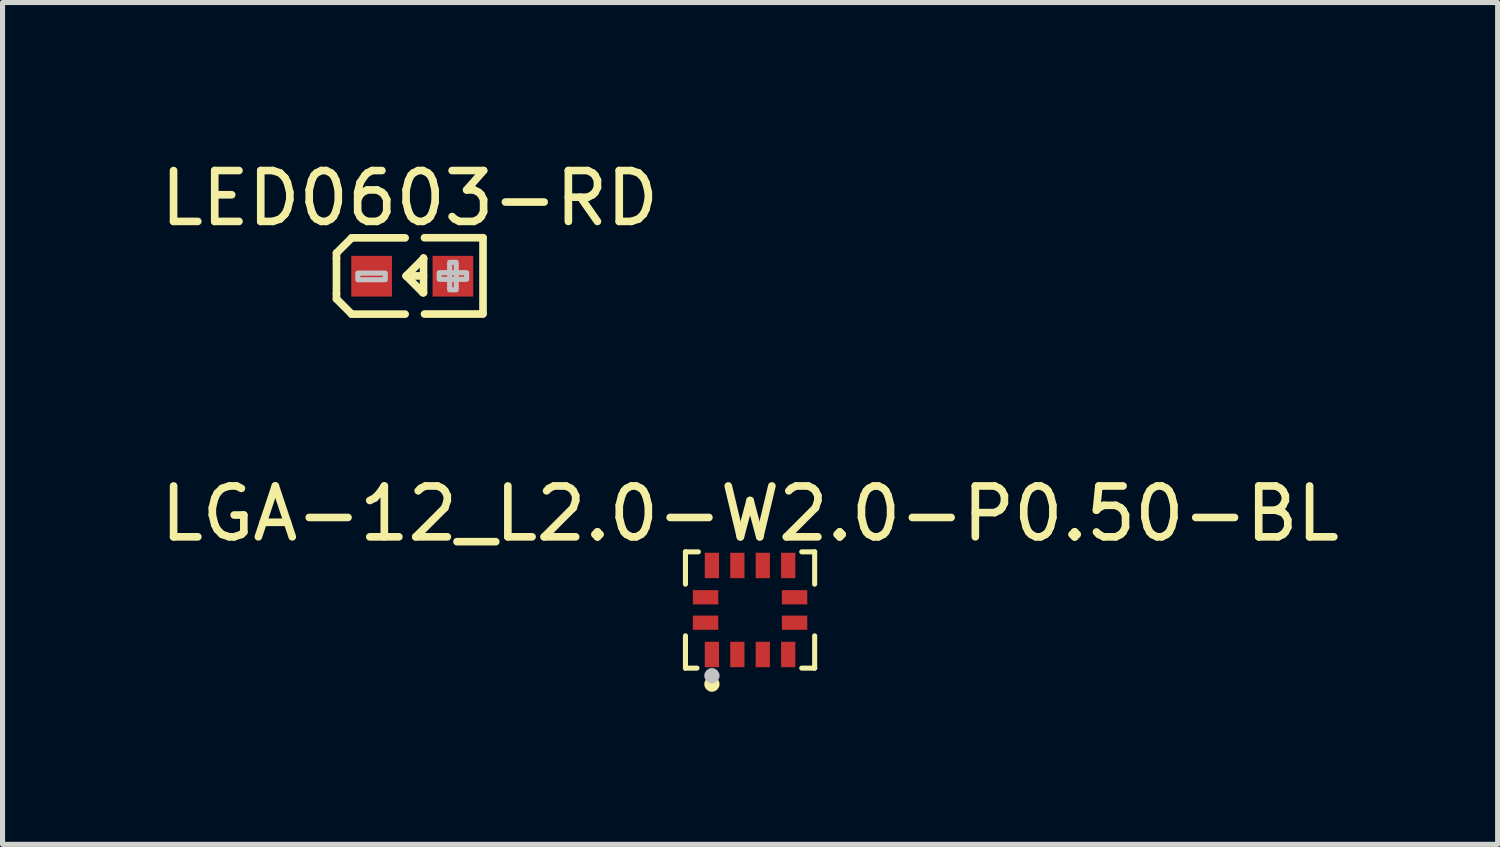
<source format=kicad_pcb>
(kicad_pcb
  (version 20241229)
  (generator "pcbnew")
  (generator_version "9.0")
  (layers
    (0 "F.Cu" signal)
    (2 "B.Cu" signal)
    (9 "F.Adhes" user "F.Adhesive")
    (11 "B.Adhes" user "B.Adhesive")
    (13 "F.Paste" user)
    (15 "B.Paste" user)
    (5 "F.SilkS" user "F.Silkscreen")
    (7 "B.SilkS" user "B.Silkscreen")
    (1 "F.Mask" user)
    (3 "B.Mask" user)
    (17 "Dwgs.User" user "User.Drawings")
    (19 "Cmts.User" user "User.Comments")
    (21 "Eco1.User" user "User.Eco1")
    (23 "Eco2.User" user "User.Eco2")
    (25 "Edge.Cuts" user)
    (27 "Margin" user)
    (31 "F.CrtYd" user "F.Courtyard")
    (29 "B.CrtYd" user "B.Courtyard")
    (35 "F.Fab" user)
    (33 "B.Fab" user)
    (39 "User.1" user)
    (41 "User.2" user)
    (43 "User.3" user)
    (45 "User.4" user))
  (footprint "LGA-12_L2.0-W2.0-P0.50-BL"
    (layer "F.Cu")
    (at 11.696 8.942)
    (property "Reference" "LGA-12_L2.0-W2.0-P0.50-BL" (at 0 -1.893 0) (layer "F.SilkS") (effects (font (size 1 1) (thickness 0.15))))
    (fp_line (start -1.27 -1.143) (end -1.27 -0.508) (stroke (width 0.1) (type default)) (layer "F.SilkS"))
    (fp_line (start -1.27 0.508) (end -1.27 1.143) (stroke (width 0.1) (type default)) (layer "F.SilkS"))
    (fp_line (start -1.27 1.143) (end -1.044 1.143) (stroke (width 0.1) (type default)) (layer "F.SilkS"))
    (fp_line (start -1.016 -1.143) (end -1.27 -1.143) (stroke (width 0.1) (type default)) (layer "F.SilkS"))
    (fp_line (start 1.016 -1.143) (end 1.27 -1.143) (stroke (width 0.1) (type default)) (layer "F.SilkS"))
    (fp_line (start 1.27 -1.143) (end 1.27 -0.508) (stroke (width 0.1) (type default)) (layer "F.SilkS"))
    (fp_line (start 1.27 0.508) (end 1.27 1.143) (stroke (width 0.1) (type default)) (layer "F.SilkS"))
    (fp_line (start 1.27 1.143) (end 1.016 1.143) (stroke (width 0.1) (type default)) (layer "F.SilkS"))
    (fp_circle (center -0.75 1.458) (end -0.675 1.458) (stroke (width 0.15) (type default)) (fill no) (layer "F.SilkS"))
    (fp_circle (center -0.75 1.292) (end -0.675 1.292) (stroke (width 0.15) (type default)) (fill no) (layer "Dwgs.User"))
    (fp_poly (pts (xy -0.875 0.625) (xy -0.625 0.625) (xy -0.625 0.9) (xy -0.875 0.9)) (stroke (width 0.1) (type default)) (fill no) (layer "User.1"))
    (fp_poly (pts (xy -0.625 -0.625) (xy -0.875 -0.625) (xy -0.875 -0.9) (xy -0.625 -0.9)) (stroke (width 0.1) (type default)) (fill no) (layer "User.1"))
    (fp_poly (pts (xy -0.625 -0.375) (xy -0.625 -0.125) (xy -0.9 -0.125) (xy -0.9 -0.375)) (stroke (width 0.1) (type default)) (fill no) (layer "User.1"))
    (fp_poly (pts (xy -0.625 0.125) (xy -0.625 0.375) (xy -0.9 0.375) (xy -0.9 0.125)) (stroke (width 0.1) (type default)) (fill no) (layer "User.1"))
    (fp_poly (pts (xy -0.375 0.625) (xy -0.125 0.625) (xy -0.125 0.9) (xy -0.375 0.9)) (stroke (width 0.1) (type default)) (fill no) (layer "User.1"))
    (fp_poly (pts (xy -0.125 -0.625) (xy -0.375 -0.625) (xy -0.375 -0.9) (xy -0.125 -0.9)) (stroke (width 0.1) (type default)) (fill no) (layer "User.1"))
    (fp_poly (pts (xy 0.125 0.625) (xy 0.375 0.625) (xy 0.375 0.9) (xy 0.125 0.9)) (stroke (width 0.1) (type default)) (fill no) (layer "User.1"))
    (fp_poly (pts (xy 0.375 -0.625) (xy 0.125 -0.625) (xy 0.125 -0.9) (xy 0.375 -0.9)) (stroke (width 0.1) (type default)) (fill no) (layer "User.1"))
    (fp_poly (pts (xy 0.625 -0.125) (xy 0.625 -0.375) (xy 0.9 -0.375) (xy 0.9 -0.125)) (stroke (width 0.1) (type default)) (fill no) (layer "User.1"))
    (fp_poly (pts (xy 0.625 0.375) (xy 0.625 0.125) (xy 0.9 0.125) (xy 0.9 0.375)) (stroke (width 0.1) (type default)) (fill no) (layer "User.1"))
    (fp_poly (pts (xy 0.625 0.625) (xy 0.875 0.625) (xy 0.875 0.9) (xy 0.625 0.9)) (stroke (width 0.1) (type default)) (fill no) (layer "User.1"))
    (fp_poly (pts (xy 0.875 -0.625) (xy 0.625 -0.625) (xy 0.625 -0.9) (xy 0.875 -0.9)) (stroke (width 0.1) (type default)) (fill no) (layer "User.1"))
    (fp_line (start -1 -1) (end 1 -1) (stroke (width 0.051) (type default)) (layer "User.2"))
    (fp_line (start -1 1) (end -1 -1) (stroke (width 0.051) (type default)) (layer "User.2"))
    (fp_line (start 1 -1) (end 1 1) (stroke (width 0.051) (type default)) (layer "User.2"))
    (fp_line (start 1 1) (end -1 1) (stroke (width 0.051) (type default)) (layer "User.2"))
    (fp_poly (pts (xy -0.945 0.977) (xy -0.977 0.945) (xy -1.023 0.945) (xy -1.055 0.977) (xy -1.055 1.023) (xy -1.023 1.055) (xy -0.977 1.055) (xy -0.945 1.023)) (stroke (width 0.1) (type default)) (fill no) (layer "User.3"))
    (pad "1" smd rect (at -0.75 0.875) (size 0.28 0.5) (layers "F.Cu" "F.Mask" "F.Paste"))
    (pad "2" smd rect (at -0.25 0.875) (size 0.28 0.5) (layers "F.Cu" "F.Mask" "F.Paste"))
    (pad "3" smd rect (at 0.25 0.875) (size 0.28 0.5) (layers "F.Cu" "F.Mask" "F.Paste"))
    (pad "4" smd rect (at 0.75 0.875) (size 0.28 0.5) (layers "F.Cu" "F.Mask" "F.Paste"))
    (pad "5" smd rect (at 0.875 0.25) (size 0.5 0.28) (layers "F.Cu" "F.Mask" "F.Paste"))
    (pad "6" smd rect (at 0.875 -0.25) (size 0.5 0.28) (layers "F.Cu" "F.Mask" "F.Paste"))
    (pad "7" smd rect (at 0.75 -0.875) (size 0.28 0.5) (layers "F.Cu" "F.Mask" "F.Paste"))
    (pad "8" smd rect (at 0.25 -0.875) (size 0.28 0.5) (layers "F.Cu" "F.Mask" "F.Paste"))
    (pad "9" smd rect (at -0.25 -0.875) (size 0.28 0.5) (layers "F.Cu" "F.Mask" "F.Paste"))
    (pad "10" smd rect (at -0.75 -0.875) (size 0.28 0.5) (layers "F.Cu" "F.Mask" "F.Paste"))
    (pad "11" smd rect (at -0.875 -0.25) (size 0.5 0.28) (layers "F.Cu" "F.Mask" "F.Paste"))
    (pad "12" smd rect (at -0.875 0.25) (size 0.5 0.28) (layers "F.Cu" "F.Mask" "F.Paste")))
  (footprint "LED0603-RD"
    (layer "F.Cu")
    (at 5.055 2.38)
    (property "Reference" "LED0603-RD" (at -0.05 -1.532 0) (layer "F.SilkS") (effects (font (size 1 1) (thickness 0.15))))
    (fp_line (start -1.49 -0.455) (end -1.19 -0.754) (stroke (width 0.15) (type default)) (layer "F.SilkS"))
    (fp_line (start -1.49 -0.354) (end -1.49 -0.455) (stroke (width 0.15) (type default)) (layer "F.SilkS"))
    (fp_line (start -1.49 -0.354) (end -1.49 0.346) (stroke (width 0.15) (type default)) (layer "F.SilkS"))
    (fp_line (start -1.49 0.346) (end -1.49 0.446) (stroke (width 0.15) (type default)) (layer "F.SilkS"))
    (fp_line (start -1.49 0.446) (end -1.19 0.746) (stroke (width 0.15) (type default)) (layer "F.SilkS"))
    (fp_line (start -0.14 -0.754) (end -1.19 -0.754) (stroke (width 0.15) (type default)) (layer "F.SilkS"))
    (fp_line (start -0.14 0.746) (end -1.19 0.746) (stroke (width 0.15) (type default)) (layer "F.SilkS"))
    (fp_line (start 0.21 0.324) (end -0.119 -0.006) (stroke (width 0.15) (type default)) (layer "F.SilkS"))
    (fp_line (start 0.221 -0.356) (end 0.221 -0.346) (stroke (width 0.15) (type default)) (layer "F.SilkS"))
    (fp_line (start 0.221 -0.356) (end 0.221 0.324) (stroke (width 0.15) (type default)) (layer "F.SilkS"))
    (fp_line (start 0.221 -0.346) (end -0.119 -0.006) (stroke (width 0.15) (type default)) (layer "F.SilkS"))
    (fp_line (start 0.221 -0.006) (end -0.119 -0.006) (stroke (width 0.15) (type default)) (layer "F.SilkS"))
    (fp_line (start 0.221 0.324) (end 0.21 0.324) (stroke (width 0.15) (type default)) (layer "F.SilkS"))
    (fp_line (start 0.24 -0.756) (end 1.391 -0.756) (stroke (width 0.15) (type default)) (layer "F.SilkS"))
    (fp_line (start 0.24 0.744) (end 1.391 0.744) (stroke (width 0.15) (type default)) (layer "F.SilkS"))
    (fp_line (start 1.391 -0.756) (end 1.391 0.724) (stroke (width 0.15) (type default)) (layer "F.SilkS"))
    (fp_poly (pts (xy -1.07 -0.061) (xy -0.53 -0.061) (xy -0.53 0.069) (xy -1.07 0.069)) (stroke (width 0.1) (type default)) (fill no) (layer "Dwgs.User"))
    (fp_poly (pts (xy 0.529 -0.069) (xy 1.069 -0.069) (xy 1.069 0.061) (xy 0.529 0.061)) (stroke (width 0.1) (type default)) (fill no) (layer "Dwgs.User"))
    (fp_poly (pts (xy 0.735 0.267) (xy 0.735 -0.273) (xy 0.865 -0.273) (xy 0.865 0.267)) (stroke (width 0.1) (type default)) (fill no) (layer "Dwgs.User"))
    (fp_poly (pts (xy -0.799 0.404) (xy -0.799 -0.397) (xy -0.499 -0.397) (xy -0.499 0.404)) (stroke (width 0.1) (type default)) (fill no) (layer "User.1"))
    (fp_poly (pts (xy 0.5 0.397) (xy 0.5 -0.404) (xy 0.8 -0.404) (xy 0.8 0.397)) (stroke (width 0.1) (type default)) (fill no) (layer "User.1"))
    (fp_line (start -0.799 -0.4) (end 0.8 -0.4) (stroke (width 0.051) (type default)) (layer "User.2"))
    (fp_line (start -0.799 0.4) (end -0.799 -0.4) (stroke (width 0.051) (type default)) (layer "User.2"))
    (fp_line (start 0.8 -0.4) (end 0.8 0.4) (stroke (width 0.051) (type default)) (layer "User.2"))
    (fp_line (start 0.8 0.4) (end -0.799 0.4) (stroke (width 0.051) (type default)) (layer "User.2"))
    (fp_poly (pts (xy -0.744 0.381) (xy -0.777 0.348) (xy -0.822 0.348) (xy -0.855 0.381) (xy -0.855 0.426) (xy -0.822 0.459) (xy -0.777 0.459) (xy -0.744 0.426)) (stroke (width 0.1) (type default)) (fill no) (layer "User.3"))
    (pad "1" smd rect (at -0.799 0 90) (size 0.8 0.8) (layers "F.Cu" "F.Mask" "F.Paste"))
    (pad "2" smd rect (at 0.799 0 90) (size 0.8 0.8) (layers "F.Cu" "F.Mask" "F.Paste")))
  (gr_rect
    (start -3 -3)
    (end 26.393 13.55)
    (stroke (width 0.1) (type default))
    (fill no)
    (layer "Edge.Cuts")))
</source>
